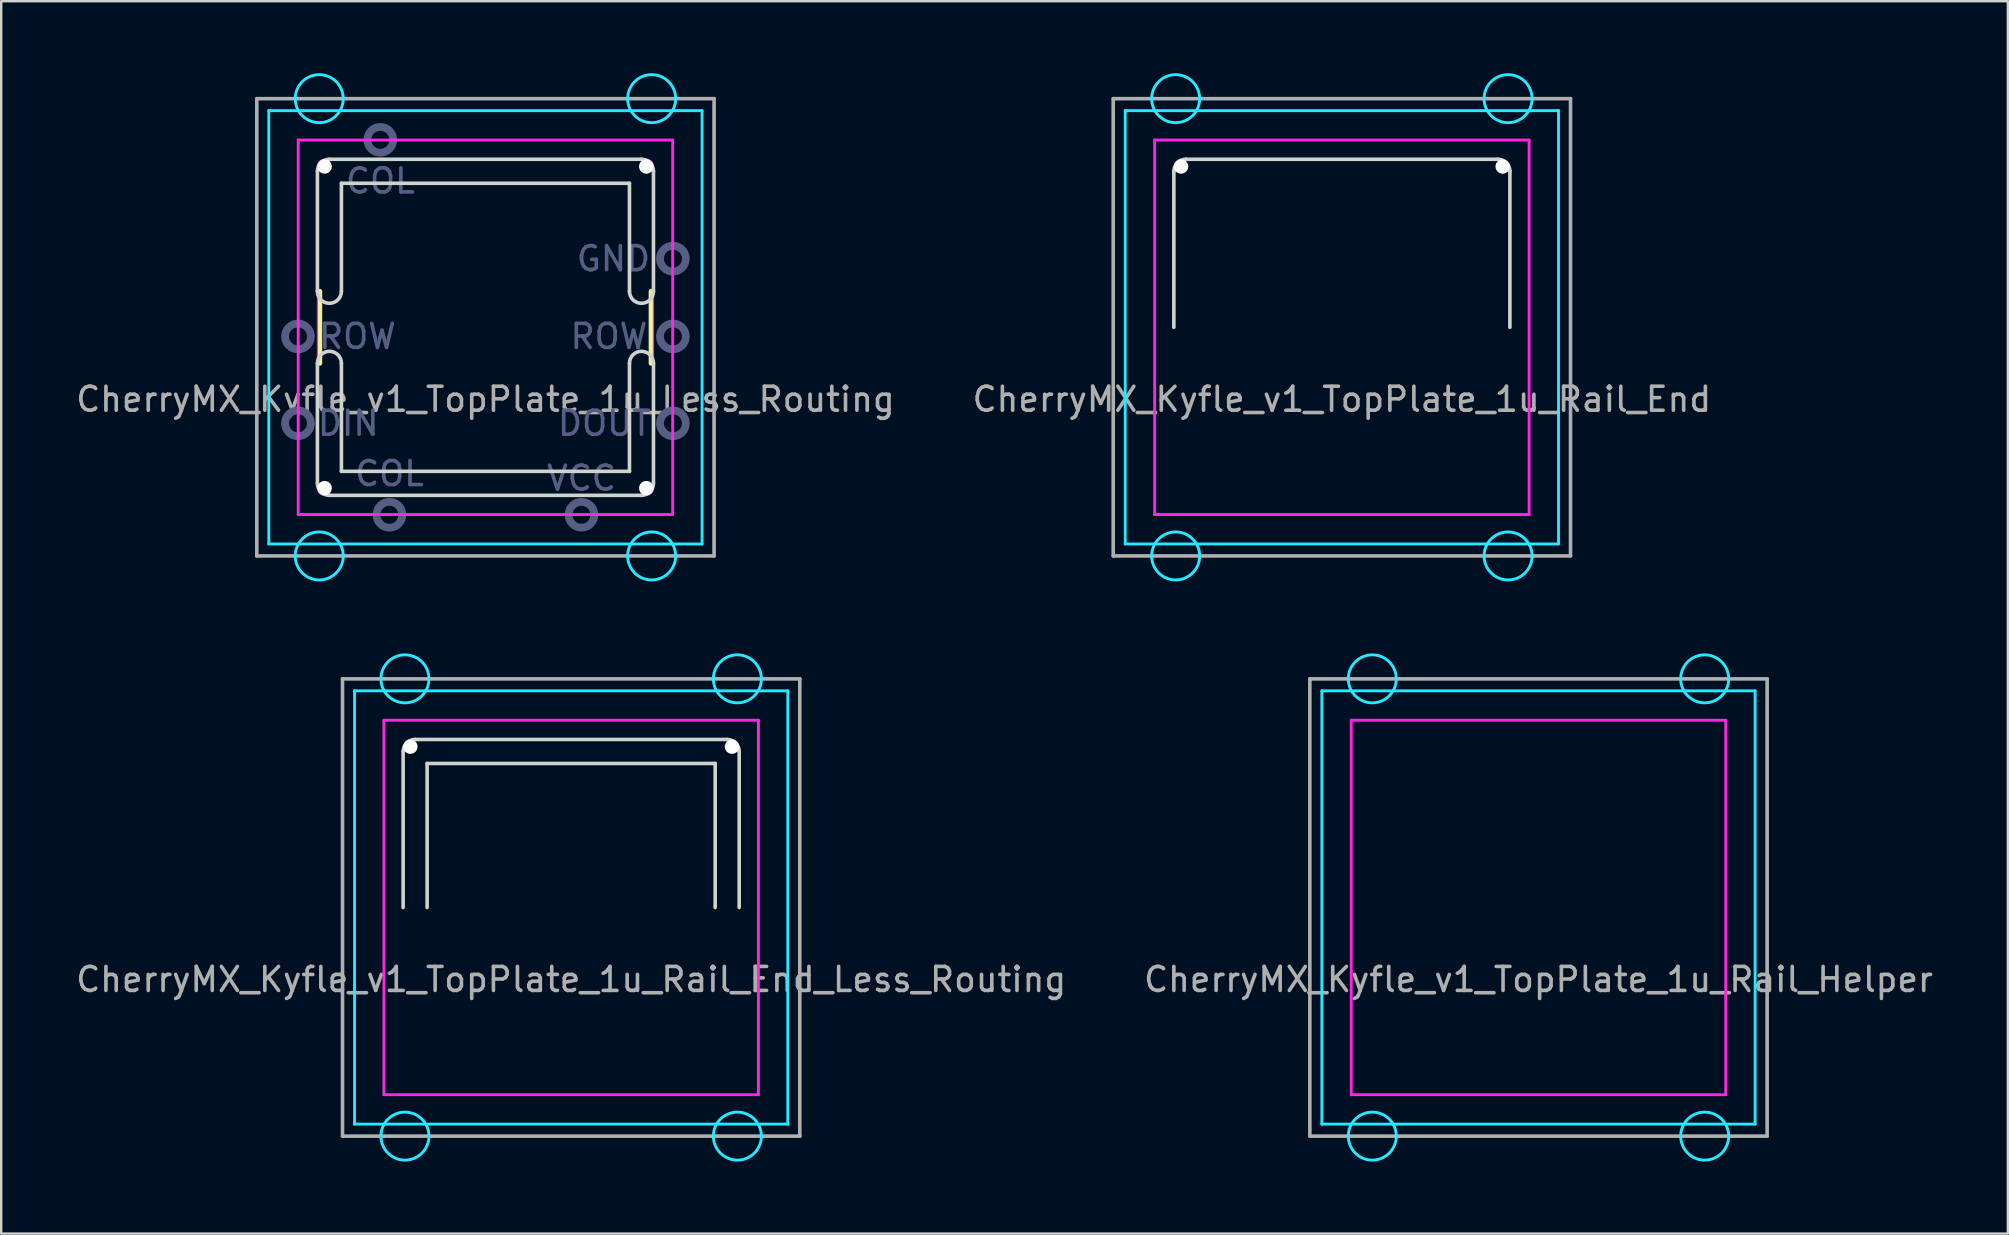
<source format=kicad_pcb>
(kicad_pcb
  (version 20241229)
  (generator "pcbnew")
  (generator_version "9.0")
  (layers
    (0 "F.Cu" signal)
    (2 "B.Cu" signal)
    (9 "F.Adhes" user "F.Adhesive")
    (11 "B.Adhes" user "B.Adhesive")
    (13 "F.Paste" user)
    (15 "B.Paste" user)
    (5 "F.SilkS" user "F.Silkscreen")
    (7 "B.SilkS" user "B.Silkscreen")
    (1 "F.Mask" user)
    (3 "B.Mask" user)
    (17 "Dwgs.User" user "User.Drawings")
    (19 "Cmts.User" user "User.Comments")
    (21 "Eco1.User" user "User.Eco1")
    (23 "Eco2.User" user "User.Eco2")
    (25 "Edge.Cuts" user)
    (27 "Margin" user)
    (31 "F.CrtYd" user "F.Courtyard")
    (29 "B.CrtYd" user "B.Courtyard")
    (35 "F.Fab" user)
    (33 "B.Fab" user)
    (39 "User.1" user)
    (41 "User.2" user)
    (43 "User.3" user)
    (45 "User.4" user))
  (footprint "CherryMX_Kyfle_v1_TopPlate_1u_Rail_End"
    (layer "F.Cu")
    (at 52.851 10.585)
    (property "Reference" "CherryMX_Kyfle_v1_TopPlate_1u_Rail_End" (at 0 3 0) (layer "F.Fab") (effects (font (size 1 1) (thickness 0.15))))
    (attr through_hole)
    (fp_line (start -7 -7) (end 7 -7) (stroke (width 0.05) (type solid)) (layer "Eco2.User"))
    (fp_line (start -7 7) (end -7 -7) (stroke (width 0.05) (type solid)) (layer "Eco2.User"))
    (fp_line (start 0 7) (end 0 7.5) (stroke (width 0.05) (type solid)) (layer "Eco2.User"))
    (fp_line (start 7 -7) (end 7 7) (stroke (width 0.05) (type solid)) (layer "Eco2.User"))
    (fp_line (start 7 7) (end -7 7) (stroke (width 0.05) (type solid)) (layer "Eco2.User"))
    (fp_circle (center -6.7 -6.7) (end -6.4 -6.7) (stroke (width 0.05) (type solid)) (fill no) (layer "Eco2.User"))
    (fp_circle (center -6.7 6.7) (end -6.4 6.7) (stroke (width 0.05) (type solid)) (fill no) (layer "Eco2.User"))
    (fp_circle (center 6.7 -6.7) (end 7 -6.7) (stroke (width 0.05) (type solid)) (fill no) (layer "Eco2.User"))
    (fp_circle (center 6.7 6.7) (end 7 6.7) (stroke (width 0.05) (type solid)) (fill no) (layer "Eco2.User"))
    (fp_line (start -7 -6.5) (end -7 0) (stroke (width 0.15) (type solid)) (layer "Edge.Cuts"))
    (fp_line (start 6.5 -7) (end -6.5 -7) (stroke (width 0.15) (type solid)) (layer "Edge.Cuts"))
    (fp_line (start 7 0) (end 7 -6.5) (stroke (width 0.15) (type solid)) (layer "Edge.Cuts"))
    (fp_arc (start -7 -6.5) (mid -6.853553 -6.853553) (end -6.5 -7) (stroke (width 0.15) (type solid)) (layer "Edge.Cuts"))
    (fp_arc (start 6.5 -7) (mid 6.853553 -6.853553) (end 7 -6.5) (stroke (width 0.15) (type solid)) (layer "Edge.Cuts"))
    (fp_line (start -9.025 -9.025) (end 9.025 -9.025) (stroke (width 0.12) (type solid)) (layer "B.CrtYd"))
    (fp_line (start -9.025 9.025) (end -9.025 -9.025) (stroke (width 0.12) (type solid)) (layer "B.CrtYd"))
    (fp_line (start 9.025 -9.025) (end 9.025 9.025) (stroke (width 0.12) (type solid)) (layer "B.CrtYd"))
    (fp_line (start 9.025 9.025) (end -9.025 9.025) (stroke (width 0.12) (type solid)) (layer "B.CrtYd"))
    (fp_circle (center -6.924 -9.525) (end -5.924 -9.525) (stroke (width 0.12) (type solid)) (fill no) (layer "B.CrtYd"))
    (fp_circle (center -6.924 9.525) (end -5.924 9.525) (stroke (width 0.12) (type solid)) (fill no) (layer "B.CrtYd"))
    (fp_circle (center 6.924 -9.525) (end 7.924 -9.525) (stroke (width 0.12) (type solid)) (fill no) (layer "B.CrtYd"))
    (fp_circle (center 6.924 9.525) (end 7.924 9.525) (stroke (width 0.12) (type solid)) (fill no) (layer "B.CrtYd"))
    (fp_line (start -7.8 -7.8) (end 7.8 -7.8) (stroke (width 0.12) (type solid)) (layer "F.CrtYd"))
    (fp_line (start -7.8 7.8) (end -7.8 -7.8) (stroke (width 0.12) (type solid)) (layer "F.CrtYd"))
    (fp_line (start 7.8 -7.8) (end 7.8 7.8) (stroke (width 0.12) (type solid)) (layer "F.CrtYd"))
    (fp_line (start 7.8 7.8) (end -7.8 7.8) (stroke (width 0.12) (type solid)) (layer "F.CrtYd"))
    (fp_line (start -9.525 -9.525) (end -9.525 9.525) (stroke (width 0.15) (type solid)) (layer "F.Fab"))
    (fp_line (start -9.525 9.525) (end 9.525 9.525) (stroke (width 0.15) (type solid)) (layer "F.Fab"))
    (fp_line (start 9.525 -9.525) (end -9.525 -9.525) (stroke (width 0.15) (type solid)) (layer "F.Fab"))
    (fp_line (start 9.525 9.525) (end 9.525 -9.525) (stroke (width 0.15) (type solid)) (layer "F.Fab"))
    (pad "" np_thru_hole circle (at -6.7 -6.7) (size 0.6 0.6) (drill 0.6) (layers "*.Cu"))
    (pad "" np_thru_hole circle (at 6.7 -6.7) (size 0.6 0.6) (drill 0.6) (layers "*.Cu")))
  (footprint "CherryMX_Kyfle_v1_TopPlate_1u_Less_Routing"
    (layer "F.Cu")
    (at 17.173 10.585)
    (property "Reference" "CherryMX_Kyfle_v1_TopPlate_1u_Less_Routing" (at 0 3 0) (layer "F.Fab") (effects (font (size 1 1) (thickness 0.15))))
    (attr through_hole)
    (fp_line (start -6.9 -1.5) (end -6.9 1.5) (stroke (width 0.2) (type solid)) (layer "F.SilkS"))
    (fp_line (start 6.9 -1.5) (end 6.9 1.5) (stroke (width 0.2) (type solid)) (layer "F.SilkS"))
    (fp_line (start -7 -6.5) (end -7 -1.5) (stroke (width 0.15) (type solid)) (layer "Edge.Cuts"))
    (fp_line (start -7 1.5) (end -7 6.5) (stroke (width 0.15) (type solid)) (layer "Edge.Cuts"))
    (fp_line (start -6.5 7) (end 6.5 7) (stroke (width 0.15) (type solid)) (layer "Edge.Cuts"))
    (fp_line (start -6 -6) (end -6 -1.5) (stroke (width 0.15) (type solid)) (layer "Edge.Cuts"))
    (fp_line (start -6 1.5) (end -6 6) (stroke (width 0.15) (type solid)) (layer "Edge.Cuts"))
    (fp_line (start -6 6) (end 6 6) (stroke (width 0.15) (type solid)) (layer "Edge.Cuts"))
    (fp_line (start 6 -6) (end -6 -6) (stroke (width 0.15) (type solid)) (layer "Edge.Cuts"))
    (fp_line (start 6 -1.5) (end 6 -6) (stroke (width 0.15) (type solid)) (layer "Edge.Cuts"))
    (fp_line (start 6 6) (end 6 1.5) (stroke (width 0.15) (type solid)) (layer "Edge.Cuts"))
    (fp_line (start 6.5 -7) (end -6.5 -7) (stroke (width 0.15) (type solid)) (layer "Edge.Cuts"))
    (fp_line (start 7 -1.5) (end 7 -6.5) (stroke (width 0.15) (type solid)) (layer "Edge.Cuts"))
    (fp_line (start 7 6.5) (end 7 1.5) (stroke (width 0.15) (type solid)) (layer "Edge.Cuts"))
    (fp_arc (start -7 -6.5) (mid -6.853553 -6.853553) (end -6.5 -7) (stroke (width 0.15) (type solid)) (layer "Edge.Cuts"))
    (fp_arc (start -7 1.5) (mid -6.5 1) (end -6 1.5) (stroke (width 0.15) (type solid)) (layer "Edge.Cuts"))
    (fp_arc (start -6.5 7) (mid -6.853553 6.853553) (end -7 6.5) (stroke (width 0.15) (type solid)) (layer "Edge.Cuts"))
    (fp_arc (start -6 -1.5) (mid -6.5 -1) (end -7 -1.5) (stroke (width 0.15) (type solid)) (layer "Edge.Cuts"))
    (fp_arc (start 6 1.5) (mid 6.5 1) (end 7 1.5) (stroke (width 0.15) (type solid)) (layer "Edge.Cuts"))
    (fp_arc (start 6.5 -7) (mid 6.853553 -6.853553) (end 7 -6.5) (stroke (width 0.15) (type solid)) (layer "Edge.Cuts"))
    (fp_arc (start 7 -1.5) (mid 6.5 -1) (end 6 -1.5) (stroke (width 0.15) (type solid)) (layer "Edge.Cuts"))
    (fp_arc (start 7 6.5) (mid 6.853553 6.853553) (end 6.5 7) (stroke (width 0.15) (type solid)) (layer "Edge.Cuts"))
    (fp_line (start -9.025 -9.025) (end 9.025 -9.025) (stroke (width 0.12) (type solid)) (layer "B.CrtYd"))
    (fp_line (start -9.025 9.025) (end -9.025 -9.025) (stroke (width 0.12) (type solid)) (layer "B.CrtYd"))
    (fp_line (start 9.025 -9.025) (end 9.025 9.025) (stroke (width 0.12) (type solid)) (layer "B.CrtYd"))
    (fp_line (start 9.025 9.025) (end -9.025 9.025) (stroke (width 0.12) (type solid)) (layer "B.CrtYd"))
    (fp_circle (center -6.924 -9.525) (end -5.924 -9.525) (stroke (width 0.12) (type solid)) (fill no) (layer "B.CrtYd"))
    (fp_circle (center -6.924 9.525) (end -5.924 9.525) (stroke (width 0.12) (type solid)) (fill no) (layer "B.CrtYd"))
    (fp_circle (center 6.924 -9.525) (end 7.924 -9.525) (stroke (width 0.12) (type solid)) (fill no) (layer "B.CrtYd"))
    (fp_circle (center 6.924 9.525) (end 7.924 9.525) (stroke (width 0.12) (type solid)) (fill no) (layer "B.CrtYd"))
    (fp_line (start -7.8 -7.8) (end 7.8 -7.8) (stroke (width 0.12) (type solid)) (layer "F.CrtYd"))
    (fp_line (start -7.8 7.8) (end -7.8 -7.8) (stroke (width 0.12) (type solid)) (layer "F.CrtYd"))
    (fp_line (start -7 6.7) (end -7 -6.7) (stroke (width 0.05) (type solid)) (layer "F.CrtYd"))
    (fp_line (start -6.7 -7) (end 6.7 -7) (stroke (width 0.05) (type solid)) (layer "F.CrtYd"))
    (fp_line (start 6.7 7) (end -6.7 7) (stroke (width 0.05) (type solid)) (layer "F.CrtYd"))
    (fp_line (start 7 -6.7) (end 7 6.7) (stroke (width 0.05) (type solid)) (layer "F.CrtYd"))
    (fp_line (start 7.8 -7.8) (end 7.8 7.8) (stroke (width 0.12) (type solid)) (layer "F.CrtYd"))
    (fp_line (start 7.8 7.8) (end -7.8 7.8) (stroke (width 0.12) (type solid)) (layer "F.CrtYd"))
    (fp_arc (start -7 -6.7) (mid -6.912132 -6.912132) (end -6.7 -7) (stroke (width 0.05) (type solid)) (layer "F.CrtYd"))
    (fp_arc (start -6.7 7) (mid -6.912132 6.912132) (end -7 6.7) (stroke (width 0.05) (type solid)) (layer "F.CrtYd"))
    (fp_arc (start 6.7 -7) (mid 6.912132 -6.912132) (end 7 -6.7) (stroke (width 0.05) (type solid)) (layer "F.CrtYd"))
    (fp_arc (start 7 6.7) (mid 6.912132 6.912132) (end 6.7 7) (stroke (width 0.05) (type solid)) (layer "F.CrtYd"))
    (fp_circle (center -7.81 0.38) (end -7.272 0.38) (stroke (width 0.325) (type solid)) (fill no) (layer "B.Fab"))
    (fp_circle (center -7.81 4) (end -7.272 4) (stroke (width 0.325) (type solid)) (fill no) (layer "B.Fab"))
    (fp_circle (center -4.38 -7.81) (end -3.842 -7.81) (stroke (width 0.325) (type solid)) (fill no) (layer "B.Fab"))
    (fp_circle (center -4 7.81) (end -3.462 7.81) (stroke (width 0.325) (type solid)) (fill no) (layer "B.Fab"))
    (fp_circle (center 4 7.81) (end 4.537 7.81) (stroke (width 0.325) (type solid)) (fill no) (layer "B.Fab"))
    (fp_circle (center 7.81 -2.86) (end 8.348 -2.86) (stroke (width 0.325) (type solid)) (fill no) (layer "B.Fab"))
    (fp_circle (center 7.81 0.38) (end 8.348 0.38) (stroke (width 0.325) (type solid)) (fill no) (layer "B.Fab"))
    (fp_circle (center 7.81 4) (end 8.348 4) (stroke (width 0.325) (type solid)) (fill no) (layer "B.Fab"))
    (fp_line (start -9.525 -9.525) (end -9.525 9.525) (stroke (width 0.15) (type solid)) (layer "F.Fab"))
    (fp_line (start -9.525 9.525) (end 9.525 9.525) (stroke (width 0.15) (type solid)) (layer "F.Fab"))
    (fp_line (start 9.525 -9.525) (end -9.525 -9.525) (stroke (width 0.15) (type solid)) (layer "F.Fab"))
    (fp_line (start 9.525 9.525) (end 9.525 -9.525) (stroke (width 0.15) (type solid)) (layer "F.Fab"))
    (fp_text user "ROW" (at -5.334 0.381 0) (layer "B.Fab") (effects (font (size 1 1) (thickness 0.15))))
    (fp_text user "GND" (at 5.334 -2.857 0) (layer "B.Fab") (effects (font (size 1 1) (thickness 0.15))))
    (fp_text user "DIN" (at -5.715 4 0) (layer "B.Fab") (effects (font (size 1 1) (thickness 0.15))))
    (fp_text user "COL" (at -4 6.096 0) (layer "B.Fab") (effects (font (size 1 1) (thickness 0.15))))
    (fp_text user "COL" (at -4.381 -6.096 0) (layer "B.Fab") (effects (font (size 1 1) (thickness 0.15))))
    (fp_text user "DOUT" (at 4.953 4 0) (layer "B.Fab") (effects (font (size 1 1) (thickness 0.15))))
    (fp_text user "VCC" (at 4 6.287 0) (layer "B.Fab") (effects (font (size 1 1) (thickness 0.15))))
    (fp_text user "ROW" (at 5.144 0.381 0) (layer "B.Fab") (effects (font (size 1 1) (thickness 0.15))))
    (pad "" np_thru_hole circle (at -6.7 -6.7) (size 0.6 0.6) (drill 0.6) (layers "*.Cu"))
    (pad "" np_thru_hole circle (at -6.7 6.7) (size 0.6 0.6) (drill 0.6) (layers "*.Cu"))
    (pad "" np_thru_hole circle (at 6.7 -6.7) (size 0.6 0.6) (drill 0.6) (layers "*.Cu"))
    (pad "" np_thru_hole circle (at 6.7 6.7) (size 0.6 0.6) (drill 0.6) (layers "*.Cu")))
  (footprint "CherryMX_Kyfle_v1_TopPlate_1u_Rail_End_Less_Routing"
    (layer "F.Cu")
    (at 20.744 34.755)
    (property "Reference" "CherryMX_Kyfle_v1_TopPlate_1u_Rail_End_Less_Routing" (at 0 3 0) (layer "F.Fab") (effects (font (size 1 1) (thickness 0.15))))
    (attr through_hole)
    (fp_line (start -7 -7) (end 7 -7) (stroke (width 0.05) (type solid)) (layer "Eco2.User"))
    (fp_line (start -7 7) (end -7 -7) (stroke (width 0.05) (type solid)) (layer "Eco2.User"))
    (fp_line (start 0 7) (end 0 7.5) (stroke (width 0.05) (type solid)) (layer "Eco2.User"))
    (fp_line (start 7 -7) (end 7 7) (stroke (width 0.05) (type solid)) (layer "Eco2.User"))
    (fp_line (start 7 7) (end -7 7) (stroke (width 0.05) (type solid)) (layer "Eco2.User"))
    (fp_circle (center -6.7 -6.7) (end -6.4 -6.7) (stroke (width 0.05) (type solid)) (fill no) (layer "Eco2.User"))
    (fp_circle (center -6.7 6.7) (end -6.4 6.7) (stroke (width 0.05) (type solid)) (fill no) (layer "Eco2.User"))
    (fp_circle (center 6.7 -6.7) (end 7 -6.7) (stroke (width 0.05) (type solid)) (fill no) (layer "Eco2.User"))
    (fp_circle (center 6.7 6.7) (end 7 6.7) (stroke (width 0.05) (type solid)) (fill no) (layer "Eco2.User"))
    (fp_line (start -7 -6.5) (end -7 0) (stroke (width 0.15) (type solid)) (layer "Edge.Cuts"))
    (fp_line (start -6 -6) (end -6 0) (stroke (width 0.15) (type solid)) (layer "Edge.Cuts"))
    (fp_line (start 6 -6) (end -6 -6) (stroke (width 0.15) (type solid)) (layer "Edge.Cuts"))
    (fp_line (start 6 0) (end 6 -6) (stroke (width 0.15) (type solid)) (layer "Edge.Cuts"))
    (fp_line (start 6.5 -7) (end -6.5 -7) (stroke (width 0.15) (type solid)) (layer "Edge.Cuts"))
    (fp_line (start 7 0) (end 7 -6.5) (stroke (width 0.15) (type solid)) (layer "Edge.Cuts"))
    (fp_arc (start -7 -6.5) (mid -6.853553 -6.853553) (end -6.5 -7) (stroke (width 0.15) (type solid)) (layer "Edge.Cuts"))
    (fp_arc (start 6.5 -7) (mid 6.853553 -6.853553) (end 7 -6.5) (stroke (width 0.15) (type solid)) (layer "Edge.Cuts"))
    (fp_line (start -9.025 -9.025) (end 9.025 -9.025) (stroke (width 0.12) (type solid)) (layer "B.CrtYd"))
    (fp_line (start -9.025 9.025) (end -9.025 -9.025) (stroke (width 0.12) (type solid)) (layer "B.CrtYd"))
    (fp_line (start 9.025 -9.025) (end 9.025 9.025) (stroke (width 0.12) (type solid)) (layer "B.CrtYd"))
    (fp_line (start 9.025 9.025) (end -9.025 9.025) (stroke (width 0.12) (type solid)) (layer "B.CrtYd"))
    (fp_circle (center -6.924 -9.525) (end -5.924 -9.525) (stroke (width 0.12) (type solid)) (fill no) (layer "B.CrtYd"))
    (fp_circle (center -6.924 9.525) (end -5.924 9.525) (stroke (width 0.12) (type solid)) (fill no) (layer "B.CrtYd"))
    (fp_circle (center 6.924 -9.525) (end 7.924 -9.525) (stroke (width 0.12) (type solid)) (fill no) (layer "B.CrtYd"))
    (fp_circle (center 6.924 9.525) (end 7.924 9.525) (stroke (width 0.12) (type solid)) (fill no) (layer "B.CrtYd"))
    (fp_line (start -7.8 -7.8) (end 7.8 -7.8) (stroke (width 0.12) (type solid)) (layer "F.CrtYd"))
    (fp_line (start -7.8 7.8) (end -7.8 -7.8) (stroke (width 0.12) (type solid)) (layer "F.CrtYd"))
    (fp_line (start 7.8 -7.8) (end 7.8 7.8) (stroke (width 0.12) (type solid)) (layer "F.CrtYd"))
    (fp_line (start 7.8 7.8) (end -7.8 7.8) (stroke (width 0.12) (type solid)) (layer "F.CrtYd"))
    (fp_line (start -9.525 -9.525) (end -9.525 9.525) (stroke (width 0.15) (type solid)) (layer "F.Fab"))
    (fp_line (start -9.525 9.525) (end 9.525 9.525) (stroke (width 0.15) (type solid)) (layer "F.Fab"))
    (fp_line (start 9.525 -9.525) (end -9.525 -9.525) (stroke (width 0.15) (type solid)) (layer "F.Fab"))
    (fp_line (start 9.525 9.525) (end 9.525 -9.525) (stroke (width 0.15) (type solid)) (layer "F.Fab"))
    (pad "" np_thru_hole circle (at -6.7 -6.7) (size 0.6 0.6) (drill 0.6) (layers "*.Cu"))
    (pad "" np_thru_hole circle (at 6.7 -6.7) (size 0.6 0.6) (drill 0.6) (layers "*.Cu")))
  (footprint "CherryMX_Kyfle_v1_TopPlate_1u_Rail_Helper"
    (layer "F.Cu")
    (at 61.042 34.755)
    (property "Reference" "CherryMX_Kyfle_v1_TopPlate_1u_Rail_Helper" (at 0 3 0) (layer "F.Fab") (effects (font (size 1 1) (thickness 0.15))))
    (attr through_hole)
    (fp_line (start -7 -7) (end 7 -7) (stroke (width 0.05) (type solid)) (layer "Eco2.User"))
    (fp_line (start -7 7) (end -7 -7) (stroke (width 0.05) (type solid)) (layer "Eco2.User"))
    (fp_line (start 0 7) (end 0 7.4) (stroke (width 0.05) (type solid)) (layer "Eco2.User"))
    (fp_line (start 7 -7) (end 7 7) (stroke (width 0.05) (type solid)) (layer "Eco2.User"))
    (fp_line (start 7 7) (end -7 7) (stroke (width 0.05) (type solid)) (layer "Eco2.User"))
    (fp_circle (center -6.7 -6.7) (end -6.4 -6.7) (stroke (width 0.05) (type solid)) (fill no) (layer "Eco2.User"))
    (fp_circle (center -6.7 6.7) (end -6.4 6.7) (stroke (width 0.05) (type solid)) (fill no) (layer "Eco2.User"))
    (fp_circle (center 6.7 -6.7) (end 7 -6.7) (stroke (width 0.05) (type solid)) (fill no) (layer "Eco2.User"))
    (fp_circle (center 6.7 6.7) (end 7 6.7) (stroke (width 0.05) (type solid)) (fill no) (layer "Eco2.User"))
    (fp_line (start -9.025 -9.025) (end 9.025 -9.025) (stroke (width 0.12) (type solid)) (layer "B.CrtYd"))
    (fp_line (start -9.025 9.025) (end -9.025 -9.025) (stroke (width 0.12) (type solid)) (layer "B.CrtYd"))
    (fp_line (start 9.025 -9.025) (end 9.025 9.025) (stroke (width 0.12) (type solid)) (layer "B.CrtYd"))
    (fp_line (start 9.025 9.025) (end -9.025 9.025) (stroke (width 0.12) (type solid)) (layer "B.CrtYd"))
    (fp_circle (center -6.924 -9.525) (end -5.924 -9.525) (stroke (width 0.12) (type solid)) (fill no) (layer "B.CrtYd"))
    (fp_circle (center -6.924 9.525) (end -5.924 9.525) (stroke (width 0.12) (type solid)) (fill no) (layer "B.CrtYd"))
    (fp_circle (center 6.924 -9.525) (end 7.924 -9.525) (stroke (width 0.12) (type solid)) (fill no) (layer "B.CrtYd"))
    (fp_circle (center 6.924 9.525) (end 7.924 9.525) (stroke (width 0.12) (type solid)) (fill no) (layer "B.CrtYd"))
    (fp_line (start -7.8 -7.8) (end 7.8 -7.8) (stroke (width 0.12) (type solid)) (layer "F.CrtYd"))
    (fp_line (start -7.8 7.8) (end -7.8 -7.8) (stroke (width 0.12) (type solid)) (layer "F.CrtYd"))
    (fp_line (start 7.8 -7.8) (end 7.8 7.8) (stroke (width 0.12) (type solid)) (layer "F.CrtYd"))
    (fp_line (start 7.8 7.8) (end -7.8 7.8) (stroke (width 0.12) (type solid)) (layer "F.CrtYd"))
    (fp_line (start -9.525 -9.525) (end -9.525 9.525) (stroke (width 0.15) (type solid)) (layer "F.Fab"))
    (fp_line (start -9.525 9.525) (end 9.525 9.525) (stroke (width 0.15) (type solid)) (layer "F.Fab"))
    (fp_line (start 9.525 -9.525) (end -9.525 -9.525) (stroke (width 0.15) (type solid)) (layer "F.Fab"))
    (fp_line (start 9.525 9.525) (end 9.525 -9.525) (stroke (width 0.15) (type solid)) (layer "F.Fab")))
  (gr_rect
    (start -3 -3)
    (end 80.595 48.34)
    (stroke (width 0.1) (type default))
    (fill no)
    (layer "Edge.Cuts")))
</source>
